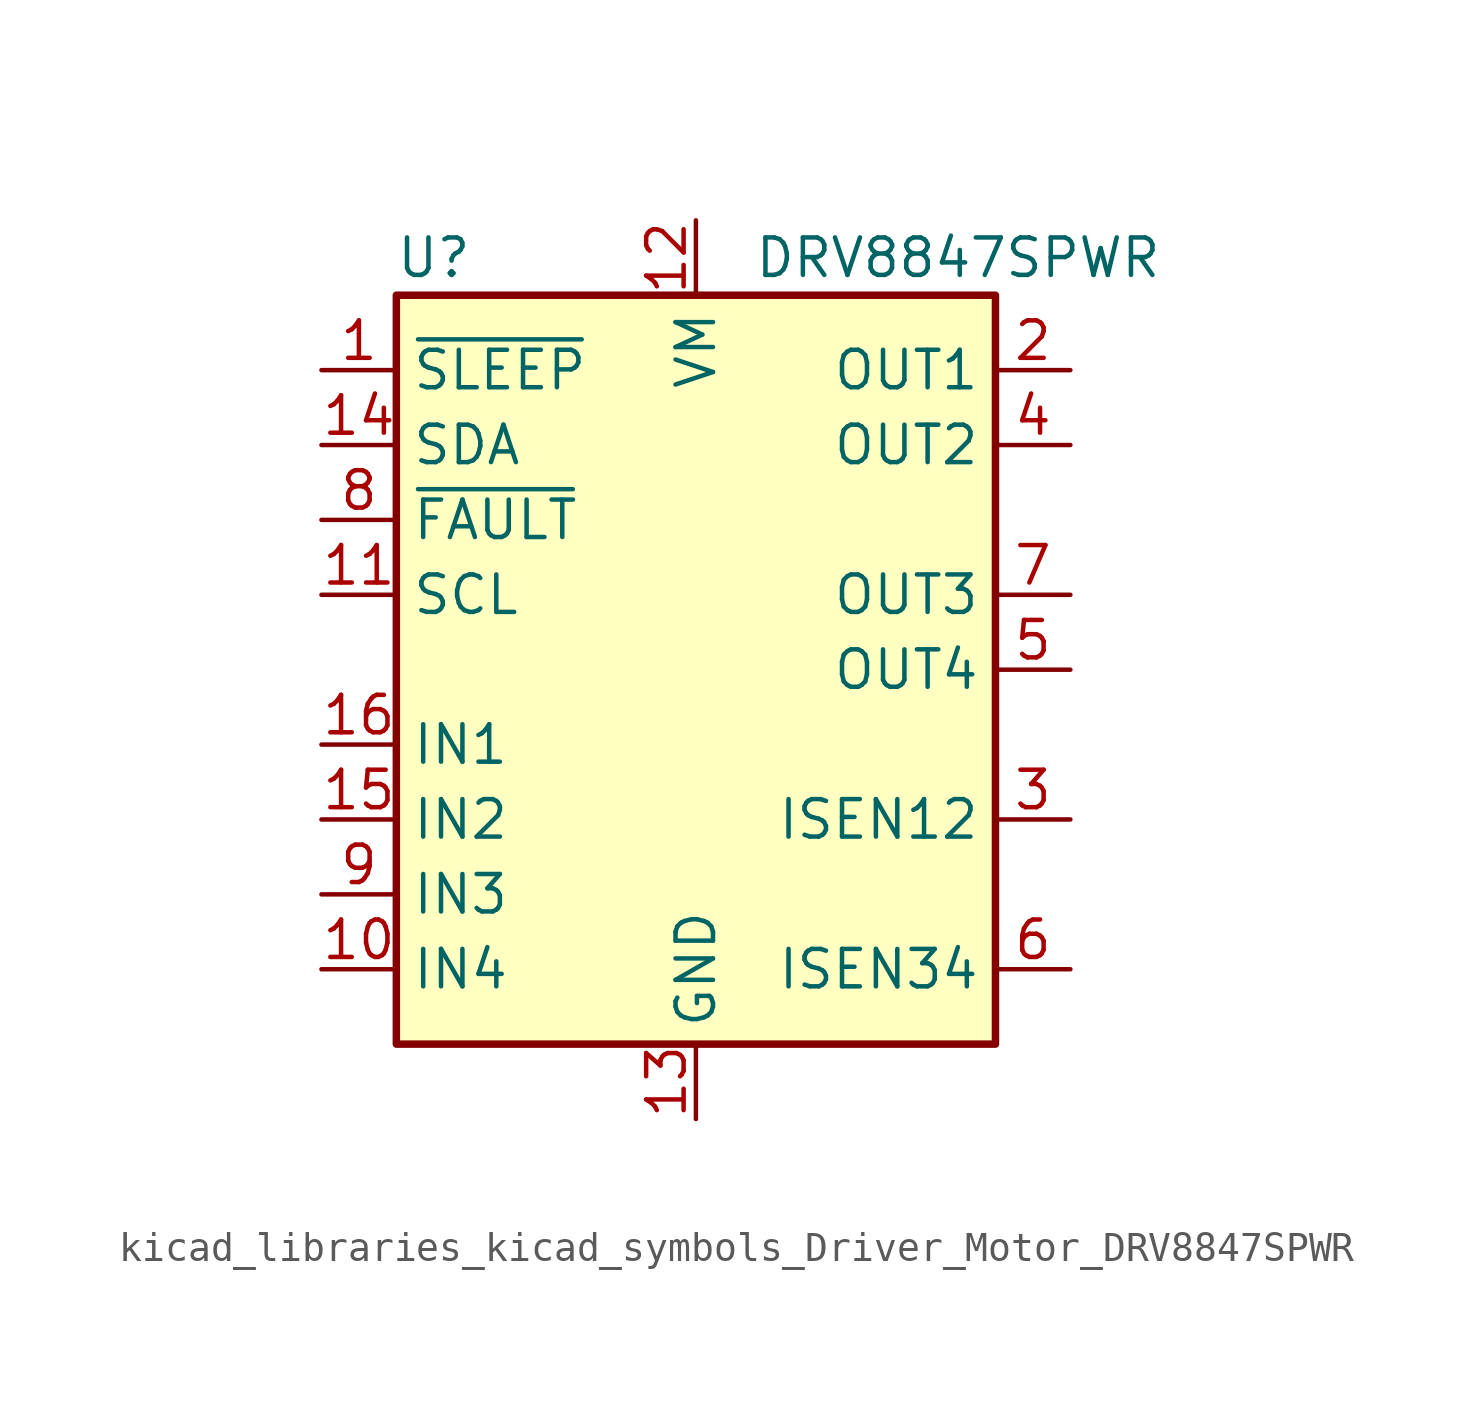
<source format=kicad_sym>
(kicad_symbol_lib
  (version 20220914)
  (generator kicad_symbol_editor)
  (symbol "kicad_libraries_kicad_symbols_Driver_Motor_DRV8847SPWR"
    (property "Reference" "U"
      (at -8.89 13.97 0)
      (effects (font (size 1.27 1.27))))
    (property "Value" "DRV8847SPWR"
      (at 8.89 13.97 0)
      (effects (font (size 1.27 1.27))))
    (symbol "kicad_libraries_kicad_symbols_Driver_Motor_DRV8847SPWR_0_1"
      (rectangle (start -10.16 -12.7) (end 10.16 12.7) (stroke (width 0.254) (type default)) (fill (type background))))
    (symbol "kicad_libraries_kicad_symbols_Driver_Motor_DRV8847SPWR_1_1"
      (pin input line (at -12.7 10.16 0) (length 2.54) (name "~{SLEEP}" (effects (font (size 1.27 1.27)))) (number "1" (effects (font (size 1.27 1.27)))))
      (pin input line (at -12.7 -10.16 0) (length 2.54) (name "IN4" (effects (font (size 1.27 1.27)))) (number "10" (effects (font (size 1.27 1.27)))))
      (pin input line (at -12.7 2.54 0) (length 2.54) (name "SCL" (effects (font (size 1.27 1.27)))) (number "11" (effects (font (size 1.27 1.27)))))
      (pin power_in line (at 0 15.24 270) (length 2.54) (name "VM" (effects (font (size 1.27 1.27)))) (number "12" (effects (font (size 1.27 1.27)))))
      (pin power_in line (at 0 -15.24 90) (length 2.54) (name "GND" (effects (font (size 1.27 1.27)))) (number "13" (effects (font (size 1.27 1.27)))))
      (pin bidirectional line (at -12.7 7.62 0) (length 2.54) (name "SDA" (effects (font (size 1.27 1.27)))) (number "14" (effects (font (size 1.27 1.27)))))
      (pin input line (at -12.7 -5.08 0) (length 2.54) (name "IN2" (effects (font (size 1.27 1.27)))) (number "15" (effects (font (size 1.27 1.27)))))
      (pin input line (at -12.7 -2.54 0) (length 2.54) (name "IN1" (effects (font (size 1.27 1.27)))) (number "16" (effects (font (size 1.27 1.27)))))
      (pin output line (at 12.7 10.16 180) (length 2.54) (name "OUT1" (effects (font (size 1.27 1.27)))) (number "2" (effects (font (size 1.27 1.27)))))
      (pin passive line (at 12.7 -5.08 180) (length 2.54) (name "ISEN12" (effects (font (size 1.27 1.27)))) (number "3" (effects (font (size 1.27 1.27)))))
      (pin output line (at 12.7 7.62 180) (length 2.54) (name "OUT2" (effects (font (size 1.27 1.27)))) (number "4" (effects (font (size 1.27 1.27)))))
      (pin output line (at 12.7 0 180) (length 2.54) (name "OUT4" (effects (font (size 1.27 1.27)))) (number "5" (effects (font (size 1.27 1.27)))))
      (pin passive line (at 12.7 -10.16 180) (length 2.54) (name "ISEN34" (effects (font (size 1.27 1.27)))) (number "6" (effects (font (size 1.27 1.27)))))
      (pin output line (at 12.7 2.54 180) (length 2.54) (name "OUT3" (effects (font (size 1.27 1.27)))) (number "7" (effects (font (size 1.27 1.27)))))
      (pin open_collector line (at -12.7 5.08 0) (length 2.54) (name "~{FAULT}" (effects (font (size 1.27 1.27)))) (number "8" (effects (font (size 1.27 1.27)))))
      (pin input line (at -12.7 -7.62 0) (length 2.54) (name "IN3" (effects (font (size 1.27 1.27)))) (number "9" (effects (font (size 1.27 1.27))))))))
</source>
